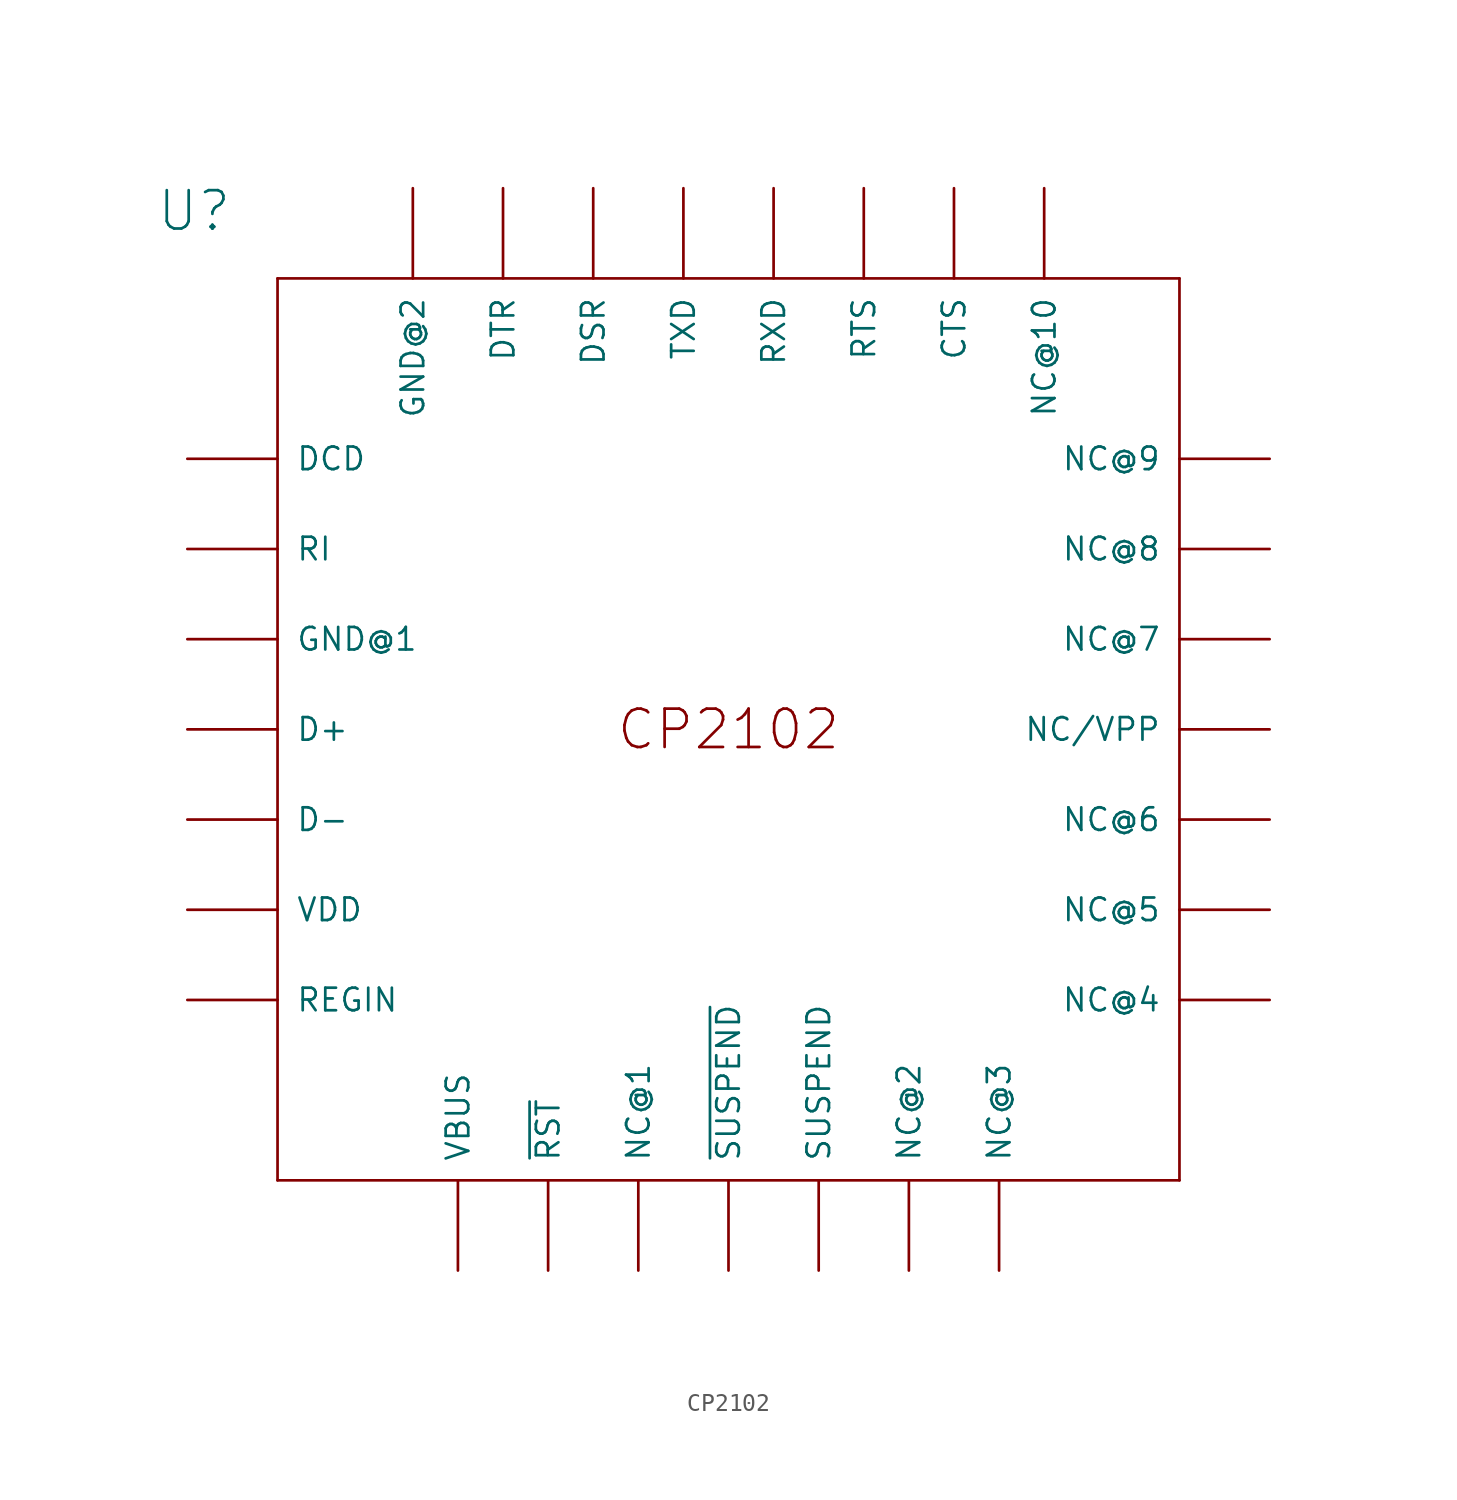
<source format=kicad_sym>
(kicad_symbol_lib
  (version 20211014)
  (generator kicad_symbol_editor)
  (symbol "CP2102"
    (pin_names
      (offset 1.016))
    (property "Reference" "U"
      (at -27.94 27.94 0)
      (effects (font (size 2.159 2.159)) (justify right bottom)))
    (property "ki_locked" ""
      (at 0 0 0)
      (effects (font (size 1.27 1.27))))
    (symbol "CP2102_1_0"
      (polyline (pts (xy -25.4 -25.4) (xy -25.4 25.4)) (stroke (width 0) (type default) (color 0 0 0 0)) (fill (type none)))
      (polyline (pts (xy -25.4 25.4) (xy 25.4 25.4)) (stroke (width 0) (type default) (color 0 0 0 0)) (fill (type none)))
      (polyline (pts (xy 25.4 -25.4) (xy -25.4 -25.4)) (stroke (width 0) (type default) (color 0 0 0 0)) (fill (type none)))
      (polyline (pts (xy 25.4 25.4) (xy 25.4 -25.4)) (stroke (width 0) (type default) (color 0 0 0 0)) (fill (type none)))
      (text "CP2102" (at 0 0 0) (effects (font (size 2.159 2.159))))
      (pin bidirectional line (at -30.48 15.24 0) (length 5.08) (name "DCD" (effects (font (size 1.27 1.27)))) (number "1" (effects (font (size 0 0)))))
      (pin bidirectional line (at -5.08 -30.48 90) (length 5.08) (name "NC@1" (effects (font (size 1.27 1.27)))) (number "10" (effects (font (size 0 0)))))
      (pin bidirectional line (at 0 -30.48 90) (length 5.08) (name "~{SUSPEND}" (effects (font (size 1.27 1.27)))) (number "11" (effects (font (size 0 0)))))
      (pin bidirectional line (at 5.08 -30.48 90) (length 5.08) (name "SUSPEND" (effects (font (size 1.27 1.27)))) (number "12" (effects (font (size 0 0)))))
      (pin bidirectional line (at 10.16 -30.48 90) (length 5.08) (name "NC@2" (effects (font (size 1.27 1.27)))) (number "13" (effects (font (size 0 0)))))
      (pin bidirectional line (at 15.24 -30.48 90) (length 5.08) (name "NC@3" (effects (font (size 1.27 1.27)))) (number "14" (effects (font (size 0 0)))))
      (pin bidirectional line (at 30.48 -15.24 180) (length 5.08) (name "NC@4" (effects (font (size 1.27 1.27)))) (number "15" (effects (font (size 0 0)))))
      (pin bidirectional line (at 30.48 -10.16 180) (length 5.08) (name "NC@5" (effects (font (size 1.27 1.27)))) (number "16" (effects (font (size 0 0)))))
      (pin bidirectional line (at 30.48 -5.08 180) (length 5.08) (name "NC@6" (effects (font (size 1.27 1.27)))) (number "17" (effects (font (size 0 0)))))
      (pin bidirectional line (at 30.48 0 180) (length 5.08) (name "NC/VPP" (effects (font (size 1.27 1.27)))) (number "18" (effects (font (size 0 0)))))
      (pin bidirectional line (at 30.48 5.08 180) (length 5.08) (name "NC@7" (effects (font (size 1.27 1.27)))) (number "19" (effects (font (size 0 0)))))
      (pin bidirectional line (at -30.48 10.16 0) (length 5.08) (name "RI" (effects (font (size 1.27 1.27)))) (number "2" (effects (font (size 0 0)))))
      (pin bidirectional line (at 30.48 10.16 180) (length 5.08) (name "NC@8" (effects (font (size 1.27 1.27)))) (number "20" (effects (font (size 0 0)))))
      (pin bidirectional line (at 30.48 15.24 180) (length 5.08) (name "NC@9" (effects (font (size 1.27 1.27)))) (number "21" (effects (font (size 0 0)))))
      (pin bidirectional line (at 17.78 30.48 270) (length 5.08) (name "NC@10" (effects (font (size 1.27 1.27)))) (number "22" (effects (font (size 0 0)))))
      (pin bidirectional line (at 12.7 30.48 270) (length 5.08) (name "CTS" (effects (font (size 1.27 1.27)))) (number "23" (effects (font (size 0 0)))))
      (pin bidirectional line (at 7.62 30.48 270) (length 5.08) (name "RTS" (effects (font (size 1.27 1.27)))) (number "24" (effects (font (size 0 0)))))
      (pin bidirectional line (at 2.54 30.48 270) (length 5.08) (name "RXD" (effects (font (size 1.27 1.27)))) (number "25" (effects (font (size 0 0)))))
      (pin bidirectional line (at -2.54 30.48 270) (length 5.08) (name "TXD" (effects (font (size 1.27 1.27)))) (number "26" (effects (font (size 0 0)))))
      (pin bidirectional line (at -7.62 30.48 270) (length 5.08) (name "DSR" (effects (font (size 1.27 1.27)))) (number "27" (effects (font (size 0 0)))))
      (pin bidirectional line (at -12.7 30.48 270) (length 5.08) (name "DTR" (effects (font (size 1.27 1.27)))) (number "28" (effects (font (size 0 0)))))
      (pin bidirectional line (at -17.78 30.48 270) (length 5.08) (name "GND@2" (effects (font (size 1.27 1.27)))) (number "29" (effects (font (size 0 0)))))
      (pin bidirectional line (at -30.48 5.08 0) (length 5.08) (name "GND@1" (effects (font (size 1.27 1.27)))) (number "3" (effects (font (size 0 0)))))
      (pin bidirectional line (at -30.48 0 0) (length 5.08) (name "D+" (effects (font (size 1.27 1.27)))) (number "4" (effects (font (size 0 0)))))
      (pin bidirectional line (at -30.48 -5.08 0) (length 5.08) (name "D-" (effects (font (size 1.27 1.27)))) (number "5" (effects (font (size 0 0)))))
      (pin bidirectional line (at -30.48 -10.16 0) (length 5.08) (name "VDD" (effects (font (size 1.27 1.27)))) (number "6" (effects (font (size 0 0)))))
      (pin bidirectional line (at -30.48 -15.24 0) (length 5.08) (name "REGIN" (effects (font (size 1.27 1.27)))) (number "7" (effects (font (size 0 0)))))
      (pin bidirectional line (at -15.24 -30.48 90) (length 5.08) (name "VBUS" (effects (font (size 1.27 1.27)))) (number "8" (effects (font (size 0 0)))))
      (pin bidirectional line (at -10.16 -30.48 90) (length 5.08) (name "~{RST}" (effects (font (size 1.27 1.27)))) (number "9" (effects (font (size 0 0))))))))
</source>
